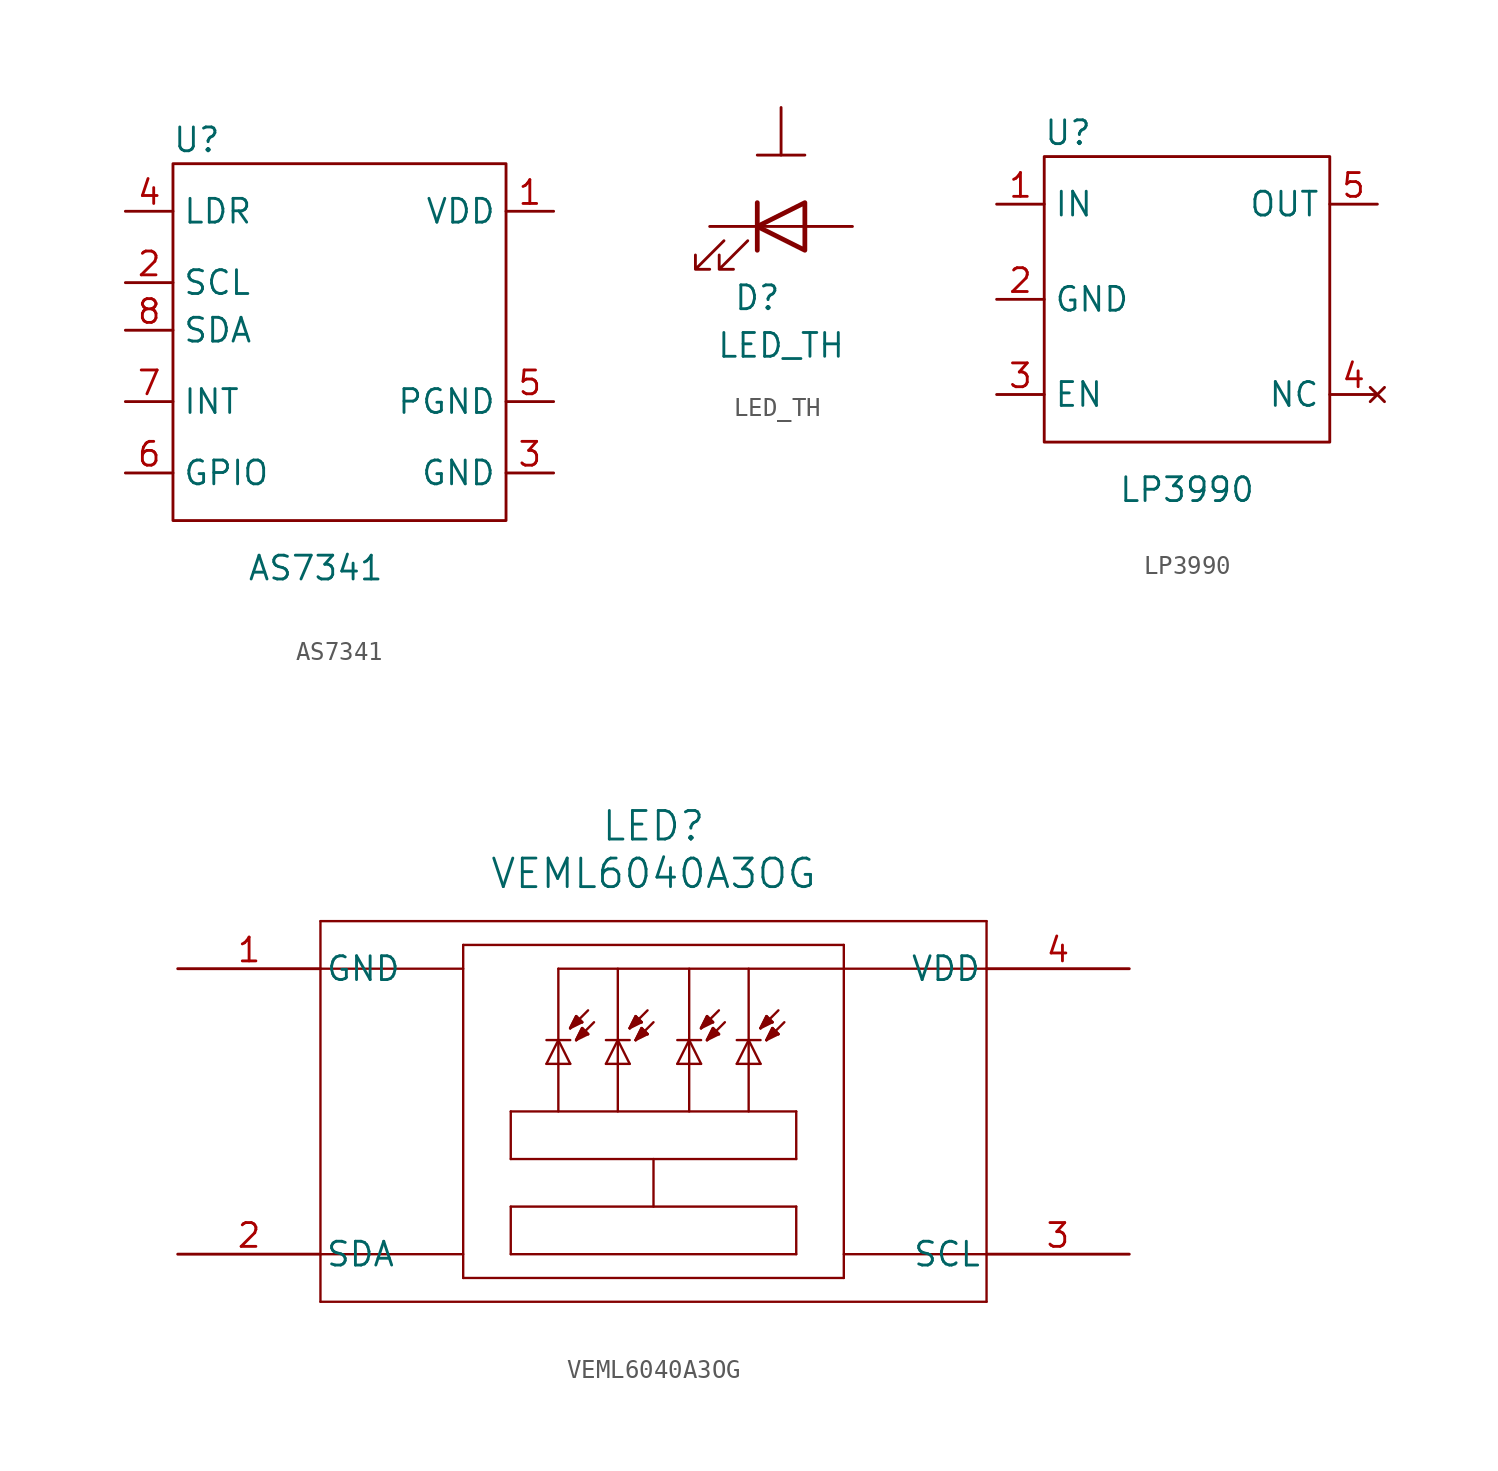
<source format=kicad_sym>
(kicad_symbol_lib
  (version 20220914)
  (generator kicad_symbol_editor)
  (symbol "AS7341"
    (property "Reference" "U"
      (at -7.62 10.16 0)
      (effects (font (size 1.27 1.27))))
    (property "Value" "AS7341"
      (at -1.27 -12.7 0)
      (effects (font (size 1.27 1.27))))
    (symbol "AS7341_0_1"
      (rectangle (start -8.89 8.89) (end 8.89 -10.16) (stroke (width 0) (type default)) (fill (type none))))
    (symbol "AS7341_1_1"
      (pin power_in line (at 11.43 6.35 180) (length 2.54) (name "VDD" (effects (font (size 1.27 1.27)))) (number "1" (effects (font (size 1.27 1.27)))))
      (pin input line (at -11.43 2.54 0) (length 2.54) (name "SCL" (effects (font (size 1.27 1.27)))) (number "2" (effects (font (size 1.27 1.27)))))
      (pin power_in line (at 11.43 -7.62 180) (length 2.54) (name "GND" (effects (font (size 1.27 1.27)))) (number "3" (effects (font (size 1.27 1.27)))))
      (pin input line (at -11.43 6.35 0) (length 2.54) (name "LDR" (effects (font (size 1.27 1.27)))) (number "4" (effects (font (size 1.27 1.27)))))
      (pin power_in line (at 11.43 -3.81 180) (length 2.54) (name "PGND" (effects (font (size 1.27 1.27)))) (number "5" (effects (font (size 1.27 1.27)))))
      (pin bidirectional line (at -11.43 -7.62 0) (length 2.54) (name "GPIO" (effects (font (size 1.27 1.27)))) (number "6" (effects (font (size 1.27 1.27)))))
      (pin bidirectional line (at -11.43 -3.81 0) (length 2.54) (name "INT" (effects (font (size 1.27 1.27)))) (number "7" (effects (font (size 1.27 1.27)))))
      (pin bidirectional line (at -11.43 0 0) (length 2.54) (name "SDA" (effects (font (size 1.27 1.27)))) (number "8" (effects (font (size 1.27 1.27)))))))
  (symbol "LED_TH"
    (pin_numbers hide)
    (pin_names
      (offset 1.016) hide)
    (property "Reference" "D"
      (at -1.27 -3.81 0)
      (effects (font (size 1.27 1.27))))
    (property "Value" "LED_TH"
      (at 0 -6.35 0)
      (effects (font (size 1.27 1.27))))
    (symbol "LED_TH_0_1"
      (polyline (pts (xy -1.27 -1.27) (xy -1.27 1.27)) (stroke (width 0.254) (type default)) (fill (type none)))
      (polyline (pts (xy -1.27 0) (xy 1.27 0)) (stroke (width 0) (type default)) (fill (type none)))
      (polyline (pts (xy 1.27 3.81) (xy -1.27 3.81)) (stroke (width 0) (type default)) (fill (type none)))
      (polyline (pts (xy 1.27 -1.27) (xy 1.27 1.27) (xy -1.27 0) (xy 1.27 -1.27)) (stroke (width 0.254) (type default)) (fill (type none)))
      (polyline (pts (xy -3.048 -0.762) (xy -4.572 -2.286) (xy -3.81 -2.286) (xy -4.572 -2.286) (xy -4.572 -1.524)) (stroke (width 0) (type default)) (fill (type none)))
      (polyline (pts (xy -1.778 -0.762) (xy -3.302 -2.286) (xy -2.54 -2.286) (xy -3.302 -2.286) (xy -3.302 -1.524)) (stroke (width 0) (type default)) (fill (type none))))
    (symbol "LED_TH_1_1"
      (pin passive line (at -3.81 0 0) (length 2.54) (name "K" (effects (font (size 1.27 1.27)))) (number "1" (effects (font (size 1.27 1.27)))))
      (pin passive line (at 3.81 0 180) (length 2.54) (name "A" (effects (font (size 1.27 1.27)))) (number "2" (effects (font (size 1.27 1.27)))))
      (pin passive line (at 0 6.35 270) (length 2.54) (name "Thermal" (effects (font (size 1.27 1.27)))) (number "TH" (effects (font (size 1.27 1.27)))))))
  (symbol "LP3990"
    (property "Reference" "U"
      (at -6.35 1.27 0)
      (effects (font (size 1.27 1.27))))
    (property "Value" "LP3990"
      (at 0 -17.78 0)
      (effects (font (size 1.27 1.27))))
    (symbol "LP3990_0_1"
      (rectangle (start -7.62 0) (end 7.62 -15.24) (stroke (width 0) (type default)) (fill (type none))))
    (symbol "LP3990_1_1"
      (pin power_in line (at -10.16 -2.54 0) (length 2.54) (name "IN" (effects (font (size 1.27 1.27)))) (number "1" (effects (font (size 1.27 1.27)))))
      (pin power_in line (at -10.16 -7.62 0) (length 2.54) (name "GND" (effects (font (size 1.27 1.27)))) (number "2" (effects (font (size 1.27 1.27)))))
      (pin input line (at -10.16 -12.7 0) (length 2.54) (name "EN" (effects (font (size 1.27 1.27)))) (number "3" (effects (font (size 1.27 1.27)))))
      (pin no_connect line (at 10.16 -12.7 180) (length 2.54) (name "NC" (effects (font (size 1.27 1.27)))) (number "4" (effects (font (size 1.27 1.27)))))
      (pin power_out line (at 10.16 -2.54 180) (length 2.54) (name "OUT" (effects (font (size 1.27 1.27)))) (number "5" (effects (font (size 1.27 1.27)))))))
  (symbol "VEML6040A3OG"
    (pin_names
      (offset 0.254))
    (property "Reference" "LED"
      (at 25.4 7.62 0)
      (effects (font (size 1.524 1.524))))
    (property "Value" "VEML6040A3OG"
      (at 25.4 5.08 0)
      (effects (font (size 1.524 1.524))))
    (property "ki_locked" ""
      (at 0 0 0)
      (effects (font (size 1.27 1.27))))
    (symbol "VEML6040A3OG_0_1"
      (polyline (pts (xy 7.62 -17.78) (xy 43.18 -17.78)) (stroke (width 0.127) (type default)) (fill (type none)))
      (polyline (pts (xy 7.62 -15.24) (xy 15.24 -15.24)) (stroke (width 0.127) (type default)) (fill (type none)))
      (polyline (pts (xy 7.62 0) (xy 15.24 0)) (stroke (width 0.127) (type default)) (fill (type none)))
      (polyline (pts (xy 7.62 2.54) (xy 7.62 -17.78)) (stroke (width 0.127) (type default)) (fill (type none)))
      (polyline (pts (xy 15.24 -16.51) (xy 35.56 -16.51)) (stroke (width 0.127) (type default)) (fill (type none)))
      (polyline (pts (xy 15.24 1.27) (xy 15.24 -16.51)) (stroke (width 0.127) (type default)) (fill (type none)))
      (polyline (pts (xy 17.78 -15.24) (xy 17.78 -12.7)) (stroke (width 0.127) (type default)) (fill (type none)))
      (polyline (pts (xy 17.78 -12.7) (xy 33.02 -12.7)) (stroke (width 0.127) (type default)) (fill (type none)))
      (polyline (pts (xy 17.78 -10.16) (xy 33.02 -10.16)) (stroke (width 0.127) (type default)) (fill (type none)))
      (polyline (pts (xy 17.78 -7.62) (xy 17.78 -10.16)) (stroke (width 0.127) (type default)) (fill (type none)))
      (polyline (pts (xy 19.685 -5.08) (xy 20.32 -3.81)) (stroke (width 0.127) (type default)) (fill (type none)))
      (polyline (pts (xy 19.685 -5.08) (xy 20.955 -5.08)) (stroke (width 0.127) (type default)) (fill (type none)))
      (polyline (pts (xy 19.685 -3.81) (xy 20.955 -3.81)) (stroke (width 0.127) (type default)) (fill (type none)))
      (polyline (pts (xy 20.32 -7.62) (xy 20.32 0)) (stroke (width 0.127) (type default)) (fill (type none)))
      (polyline (pts (xy 20.32 -3.81) (xy 20.955 -5.08)) (stroke (width 0.127) (type default)) (fill (type none)))
      (polyline (pts (xy 20.32 0) (xy 43.18 0)) (stroke (width 0.127) (type default)) (fill (type none)))
      (polyline (pts (xy 20.955 -3.175) (xy 21.273 -2.54)) (stroke (width 0.127) (type default)) (fill (type none)))
      (polyline (pts (xy 20.955 -3.175) (xy 21.59 -2.857)) (stroke (width 0.127) (type default)) (fill (type none)))
      (polyline (pts (xy 20.955 -3.175) (xy 21.907 -2.223)) (stroke (width 0.127) (type default)) (fill (type none)))
      (polyline (pts (xy 21.273 -3.81) (xy 21.59 -3.175)) (stroke (width 0.127) (type default)) (fill (type none)))
      (polyline (pts (xy 21.273 -3.81) (xy 21.907 -3.493)) (stroke (width 0.127) (type default)) (fill (type none)))
      (polyline (pts (xy 21.273 -3.81) (xy 22.225 -2.857)) (stroke (width 0.127) (type default)) (fill (type none)))
      (polyline (pts (xy 21.59 -2.857) (xy 21.273 -2.54)) (stroke (width 0.127) (type default)) (fill (type none)))
      (polyline (pts (xy 21.907 -3.493) (xy 21.59 -3.175)) (stroke (width 0.127) (type default)) (fill (type none)))
      (polyline (pts (xy 22.86 -5.08) (xy 23.495 -3.81)) (stroke (width 0.127) (type default)) (fill (type none)))
      (polyline (pts (xy 22.86 -5.08) (xy 24.13 -5.08)) (stroke (width 0.127) (type default)) (fill (type none)))
      (polyline (pts (xy 22.86 -3.81) (xy 24.13 -3.81)) (stroke (width 0.127) (type default)) (fill (type none)))
      (polyline (pts (xy 23.495 -7.62) (xy 23.495 0)) (stroke (width 0.127) (type default)) (fill (type none)))
      (polyline (pts (xy 23.495 -3.81) (xy 24.13 -5.08)) (stroke (width 0.127) (type default)) (fill (type none)))
      (polyline (pts (xy 24.13 -3.175) (xy 24.448 -2.54)) (stroke (width 0.127) (type default)) (fill (type none)))
      (polyline (pts (xy 24.13 -3.175) (xy 24.765 -2.857)) (stroke (width 0.127) (type default)) (fill (type none)))
      (polyline (pts (xy 24.13 -3.175) (xy 25.082 -2.223)) (stroke (width 0.127) (type default)) (fill (type none)))
      (polyline (pts (xy 24.448 -3.81) (xy 24.765 -3.175)) (stroke (width 0.127) (type default)) (fill (type none)))
      (polyline (pts (xy 24.448 -3.81) (xy 25.082 -3.493)) (stroke (width 0.127) (type default)) (fill (type none)))
      (polyline (pts (xy 24.448 -3.81) (xy 25.4 -2.857)) (stroke (width 0.127) (type default)) (fill (type none)))
      (polyline (pts (xy 24.765 -2.857) (xy 24.448 -2.54)) (stroke (width 0.127) (type default)) (fill (type none)))
      (polyline (pts (xy 25.082 -3.493) (xy 24.765 -3.175)) (stroke (width 0.127) (type default)) (fill (type none)))
      (polyline (pts (xy 25.4 -10.16) (xy 25.4 -12.7)) (stroke (width 0.127) (type default)) (fill (type none)))
      (polyline (pts (xy 26.67 -5.08) (xy 27.305 -3.81)) (stroke (width 0.127) (type default)) (fill (type none)))
      (polyline (pts (xy 26.67 -5.08) (xy 27.94 -5.08)) (stroke (width 0.127) (type default)) (fill (type none)))
      (polyline (pts (xy 26.67 -3.81) (xy 27.94 -3.81)) (stroke (width 0.127) (type default)) (fill (type none)))
      (polyline (pts (xy 27.305 -7.62) (xy 27.305 0)) (stroke (width 0.127) (type default)) (fill (type none)))
      (polyline (pts (xy 27.305 -3.81) (xy 27.94 -5.08)) (stroke (width 0.127) (type default)) (fill (type none)))
      (polyline (pts (xy 27.94 -3.175) (xy 28.258 -2.54)) (stroke (width 0.127) (type default)) (fill (type none)))
      (polyline (pts (xy 27.94 -3.175) (xy 28.575 -2.857)) (stroke (width 0.127) (type default)) (fill (type none)))
      (polyline (pts (xy 27.94 -3.175) (xy 28.892 -2.223)) (stroke (width 0.127) (type default)) (fill (type none)))
      (polyline (pts (xy 28.258 -3.81) (xy 28.575 -3.175)) (stroke (width 0.127) (type default)) (fill (type none)))
      (polyline (pts (xy 28.258 -3.81) (xy 28.892 -3.493)) (stroke (width 0.127) (type default)) (fill (type none)))
      (polyline (pts (xy 28.258 -3.81) (xy 29.21 -2.857)) (stroke (width 0.127) (type default)) (fill (type none)))
      (polyline (pts (xy 28.575 -2.857) (xy 28.258 -2.54)) (stroke (width 0.127) (type default)) (fill (type none)))
      (polyline (pts (xy 28.892 -3.493) (xy 28.575 -3.175)) (stroke (width 0.127) (type default)) (fill (type none)))
      (polyline (pts (xy 29.845 -5.08) (xy 30.48 -3.81)) (stroke (width 0.127) (type default)) (fill (type none)))
      (polyline (pts (xy 29.845 -5.08) (xy 31.115 -5.08)) (stroke (width 0.127) (type default)) (fill (type none)))
      (polyline (pts (xy 29.845 -3.81) (xy 31.115 -3.81)) (stroke (width 0.127) (type default)) (fill (type none)))
      (polyline (pts (xy 30.48 -7.62) (xy 30.48 0)) (stroke (width 0.127) (type default)) (fill (type none)))
      (polyline (pts (xy 30.48 -3.81) (xy 31.115 -5.08)) (stroke (width 0.127) (type default)) (fill (type none)))
      (polyline (pts (xy 31.115 -3.175) (xy 31.433 -2.54)) (stroke (width 0.127) (type default)) (fill (type none)))
      (polyline (pts (xy 31.115 -3.175) (xy 31.75 -2.857)) (stroke (width 0.127) (type default)) (fill (type none)))
      (polyline (pts (xy 31.115 -3.175) (xy 32.068 -2.223)) (stroke (width 0.127) (type default)) (fill (type none)))
      (polyline (pts (xy 31.433 -3.81) (xy 31.75 -3.175)) (stroke (width 0.127) (type default)) (fill (type none)))
      (polyline (pts (xy 31.433 -3.81) (xy 32.068 -3.493)) (stroke (width 0.127) (type default)) (fill (type none)))
      (polyline (pts (xy 31.433 -3.81) (xy 32.385 -2.857)) (stroke (width 0.127) (type default)) (fill (type none)))
      (polyline (pts (xy 31.75 -2.857) (xy 31.433 -2.54)) (stroke (width 0.127) (type default)) (fill (type none)))
      (polyline (pts (xy 32.068 -3.493) (xy 31.75 -3.175)) (stroke (width 0.127) (type default)) (fill (type none)))
      (polyline (pts (xy 33.02 -15.24) (xy 17.78 -15.24)) (stroke (width 0.127) (type default)) (fill (type none)))
      (polyline (pts (xy 33.02 -12.7) (xy 33.02 -15.24)) (stroke (width 0.127) (type default)) (fill (type none)))
      (polyline (pts (xy 33.02 -10.16) (xy 33.02 -7.62)) (stroke (width 0.127) (type default)) (fill (type none)))
      (polyline (pts (xy 33.02 -7.62) (xy 17.78 -7.62)) (stroke (width 0.127) (type default)) (fill (type none)))
      (polyline (pts (xy 35.56 -16.51) (xy 35.56 1.27)) (stroke (width 0.127) (type default)) (fill (type none)))
      (polyline (pts (xy 35.56 -15.24) (xy 43.18 -15.24)) (stroke (width 0.127) (type default)) (fill (type none)))
      (polyline (pts (xy 35.56 1.27) (xy 15.24 1.27)) (stroke (width 0.127) (type default)) (fill (type none)))
      (polyline (pts (xy 43.18 -17.78) (xy 43.18 2.54)) (stroke (width 0.127) (type default)) (fill (type none)))
      (polyline (pts (xy 43.18 2.54) (xy 7.62 2.54)) (stroke (width 0.127) (type default)) (fill (type none)))
      (polyline (pts (xy 20.955 -3.175) (xy 21.273 -2.54) (xy 21.59 -2.857)) (stroke (width 0) (type default)) (fill (type outline)))
      (polyline (pts (xy 21.273 -3.81) (xy 21.59 -3.175) (xy 21.907 -3.493)) (stroke (width 0) (type default)) (fill (type outline)))
      (polyline (pts (xy 24.13 -3.175) (xy 24.448 -2.54) (xy 24.765 -2.857)) (stroke (width 0) (type default)) (fill (type outline)))
      (polyline (pts (xy 24.448 -3.81) (xy 24.765 -3.175) (xy 25.082 -3.493)) (stroke (width 0) (type default)) (fill (type outline)))
      (polyline (pts (xy 27.94 -3.175) (xy 28.258 -2.54) (xy 28.575 -2.857)) (stroke (width 0) (type default)) (fill (type outline)))
      (polyline (pts (xy 28.258 -3.81) (xy 28.575 -3.175) (xy 28.892 -3.493)) (stroke (width 0) (type default)) (fill (type outline)))
      (polyline (pts (xy 31.115 -3.175) (xy 31.433 -2.54) (xy 31.75 -2.857)) (stroke (width 0) (type default)) (fill (type outline)))
      (polyline (pts (xy 31.433 -3.81) (xy 31.75 -3.175) (xy 32.068 -3.493)) (stroke (width 0) (type default)) (fill (type outline)))
      (pin unspecified line (at 0 0 0) (length 7.62) (name "GND" (effects (font (size 1.27 1.27)))) (number "1" (effects (font (size 1.27 1.27)))))
      (pin unspecified line (at 0 -15.24 0) (length 7.62) (name "SDA" (effects (font (size 1.27 1.27)))) (number "2" (effects (font (size 1.27 1.27)))))
      (pin unspecified line (at 50.8 -15.24 180) (length 7.62) (name "SCL" (effects (font (size 1.27 1.27)))) (number "3" (effects (font (size 1.27 1.27)))))
      (pin unspecified line (at 50.8 0 180) (length 7.62) (name "VDD" (effects (font (size 1.27 1.27)))) (number "4" (effects (font (size 1.27 1.27))))))))
</source>
